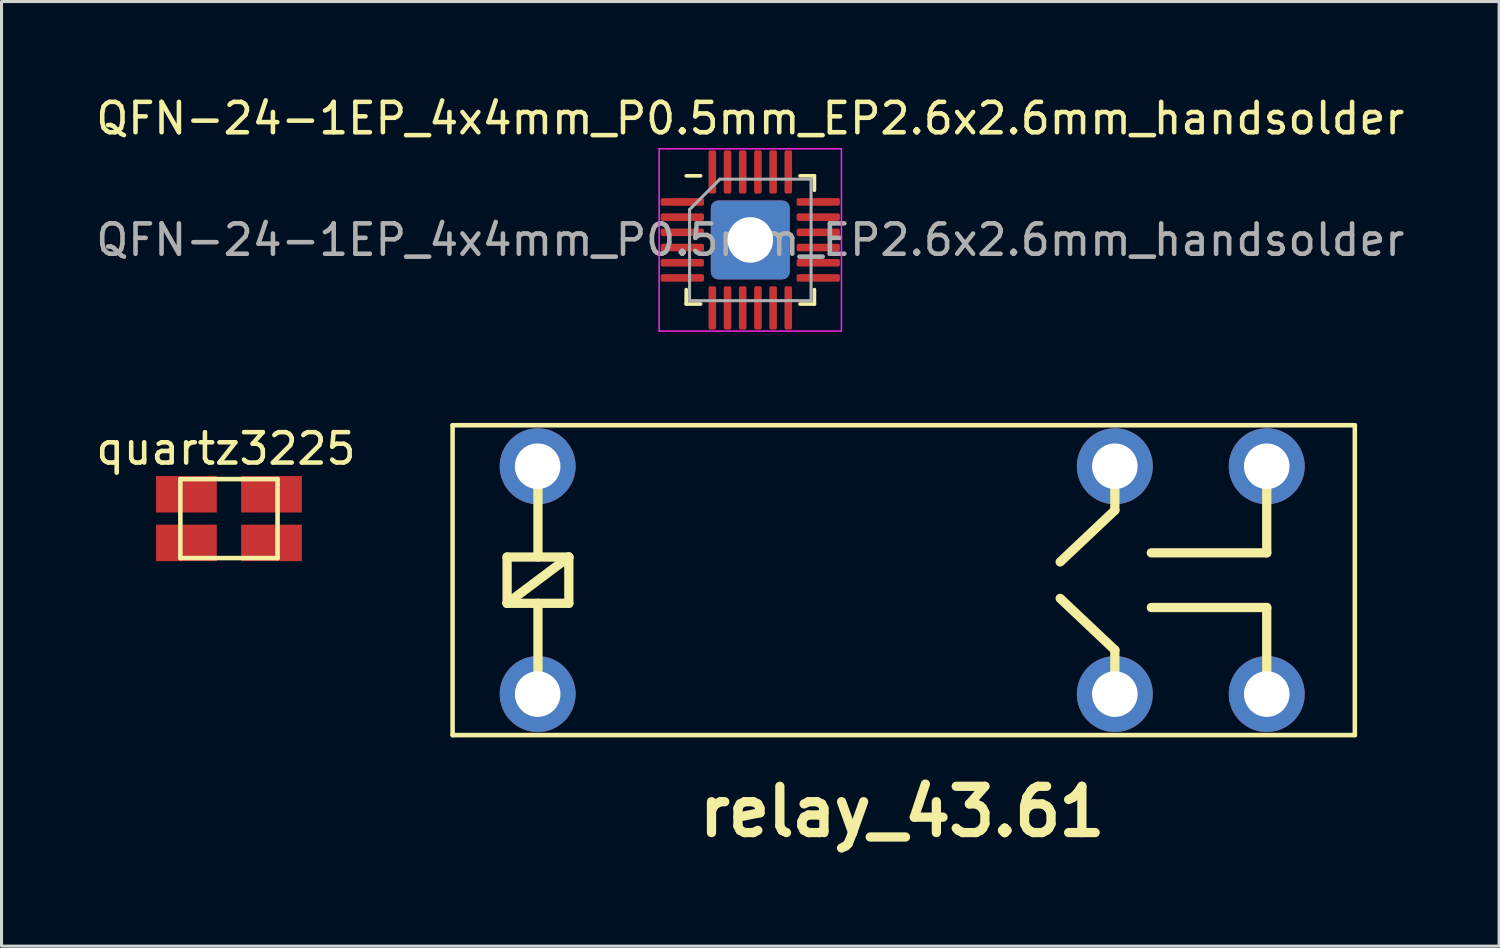
<source format=kicad_pcb>
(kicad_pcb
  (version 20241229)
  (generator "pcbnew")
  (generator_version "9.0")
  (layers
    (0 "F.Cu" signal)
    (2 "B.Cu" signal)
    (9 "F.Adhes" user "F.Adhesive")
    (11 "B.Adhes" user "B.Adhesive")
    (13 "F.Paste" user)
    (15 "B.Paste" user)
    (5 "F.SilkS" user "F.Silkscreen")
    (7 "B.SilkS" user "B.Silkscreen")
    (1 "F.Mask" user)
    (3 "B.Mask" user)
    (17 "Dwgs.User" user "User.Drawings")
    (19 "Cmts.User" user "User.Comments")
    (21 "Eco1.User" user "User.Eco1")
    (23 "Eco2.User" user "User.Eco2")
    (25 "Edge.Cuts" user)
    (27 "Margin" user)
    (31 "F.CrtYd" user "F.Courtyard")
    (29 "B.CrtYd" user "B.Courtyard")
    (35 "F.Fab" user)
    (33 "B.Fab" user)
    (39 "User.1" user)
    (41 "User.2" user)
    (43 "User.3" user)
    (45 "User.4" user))
  (footprint "quartz3225"
    (layer "F.Cu")
    (at 4.487 14.021)
    (property "Reference" "quartz3225" (at -0.1 -2.3 0) (layer "F.SilkS") (effects (font (size 1 1) (thickness 0.15))))
    (attr through_hole)
    (fp_line (start -1.6 -1.3) (end 1.6 -1.3) (stroke (width 0.15) (type solid)) (layer "F.SilkS"))
    (fp_line (start -1.6 1.3) (end -1.6 -1.3) (stroke (width 0.15) (type solid)) (layer "F.SilkS"))
    (fp_line (start 1.6 -1.3) (end 1.6 1.3) (stroke (width 0.15) (type solid)) (layer "F.SilkS"))
    (fp_line (start 1.6 1.3) (end -1.6 1.3) (stroke (width 0.15) (type solid)) (layer "F.SilkS"))
    (pad "1" smd rect (at -1.4 0.8) (size 2 1.2) (layers "F.Cu" "F.Mask" "F.Paste"))
    (pad "2" smd rect (at 1.4 0.8) (size 2 1.2) (layers "F.Cu" "F.Mask" "F.Paste"))
    (pad "3" smd rect (at 1.4 -0.8) (size 2 1.2) (layers "F.Cu" "F.Mask" "F.Paste"))
    (pad "4" smd rect (at -1.4 -0.8) (size 2 1.2) (layers "F.Cu" "F.Mask" "F.Paste")))
  (footprint "relay_43.61"
    (layer "F.Cu")
    (at 26.649 16.048)
    (property "Reference" "relay_43.61" (at 0 7.62 0) (layer "F.SilkS") (effects (font (size 1.524 1.524) (thickness 0.305))))
    (attr through_hole)
    (fp_line (start -14.8 -5.1) (end 14.9 -5.1) (stroke (width 0.15) (type solid)) (layer "F.SilkS"))
    (fp_line (start -14.8 5.1) (end -14.8 -5.1) (stroke (width 0.15) (type solid)) (layer "F.SilkS"))
    (fp_line (start -13.006 -0.762) (end -10.974 -0.762) (stroke (width 0.305) (type solid)) (layer "F.SilkS"))
    (fp_line (start -13.006 0.762) (end -13.006 -0.762) (stroke (width 0.305) (type solid)) (layer "F.SilkS"))
    (fp_line (start -13.006 0.762) (end -10.974 -0.762) (stroke (width 0.305) (type solid)) (layer "F.SilkS"))
    (fp_line (start -11.99 -3.81) (end -11.99 -0.762) (stroke (width 0.305) (type solid)) (layer "F.SilkS"))
    (fp_line (start -11.99 3.81) (end -11.99 0.762) (stroke (width 0.305) (type solid)) (layer "F.SilkS"))
    (fp_line (start -10.974 -0.762) (end -10.974 0.762) (stroke (width 0.305) (type solid)) (layer "F.SilkS"))
    (fp_line (start -10.974 0.762) (end -13.006 0.762) (stroke (width 0.305) (type solid)) (layer "F.SilkS"))
    (fp_line (start 7 -3.7) (end 7 -2.3) (stroke (width 0.305) (type solid)) (layer "F.SilkS"))
    (fp_line (start 7 -2.3) (end 5.2 -0.6) (stroke (width 0.305) (type solid)) (layer "F.SilkS"))
    (fp_line (start 7 2.3) (end 5.2 0.6) (stroke (width 0.305) (type solid)) (layer "F.SilkS"))
    (fp_line (start 7 3.7) (end 7 2.3) (stroke (width 0.305) (type solid)) (layer "F.SilkS"))
    (fp_line (start 8.2 -0.9) (end 12 -0.9) (stroke (width 0.305) (type solid)) (layer "F.SilkS"))
    (fp_line (start 8.2 0.9) (end 12 0.9) (stroke (width 0.305) (type solid)) (layer "F.SilkS"))
    (fp_line (start 12 -3.7) (end 12 -0.9) (stroke (width 0.305) (type solid)) (layer "F.SilkS"))
    (fp_line (start 12 3.7) (end 12 0.9) (stroke (width 0.305) (type solid)) (layer "F.SilkS"))
    (fp_line (start 14.9 -5.1) (end 14.9 5.1) (stroke (width 0.15) (type solid)) (layer "F.SilkS"))
    (fp_line (start 14.9 5.1) (end -14.8 5.1) (stroke (width 0.15) (type solid)) (layer "F.SilkS"))
    (pad "1" thru_hole circle (at -12 3.75) (size 2.5 2.5) (drill 1.5) (layers "*.Cu" "*.Mask"))
    (pad "2" thru_hole circle (at -12 -3.75) (size 2.5 2.5) (drill 1.5) (layers "*.Cu" "*.Mask"))
    (pad "11" thru_hole circle (at 7 -3.75) (size 2.5 2.5) (drill 1.5) (layers "*.Cu" "*.Mask"))
    (pad "11" thru_hole circle (at 7 3.75) (size 2.5 2.5) (drill 1.5) (layers "*.Cu" "*.Mask"))
    (pad "14" thru_hole circle (at 12 -3.75) (size 2.5 2.5) (drill 1.5) (layers "*.Cu" "*.Mask"))
    (pad "14" thru_hole circle (at 12 3.75) (size 2.5 2.5) (drill 1.5) (layers "*.Cu" "*.Mask")))
  (footprint "QFN-24-1EP_4x4mm_P0.5mm_EP2.6x2.6mm_handsolder"
    (layer "F.Cu")
    (at 21.649 4.848)
    (property "Reference" "QFN-24-1EP_4x4mm_P0.5mm_EP2.6x2.6mm_handsolder" (at 0 -4 0) (layer "F.SilkS") (effects (font (size 1 1) (thickness 0.15))))
    (attr smd)
    (fp_line (start -2.11 2.11) (end -2.11 1.635) (stroke (width 0.12) (type solid)) (layer "F.SilkS"))
    (fp_line (start -1.635 -2.11) (end -2.11 -2.11) (stroke (width 0.12) (type solid)) (layer "F.SilkS"))
    (fp_line (start -1.635 2.11) (end -2.11 2.11) (stroke (width 0.12) (type solid)) (layer "F.SilkS"))
    (fp_line (start 1.635 -2.11) (end 2.11 -2.11) (stroke (width 0.12) (type solid)) (layer "F.SilkS"))
    (fp_line (start 1.635 2.11) (end 2.11 2.11) (stroke (width 0.12) (type solid)) (layer "F.SilkS"))
    (fp_line (start 2.11 -2.11) (end 2.11 -1.635) (stroke (width 0.12) (type solid)) (layer "F.SilkS"))
    (fp_line (start 2.11 2.11) (end 2.11 1.635) (stroke (width 0.12) (type solid)) (layer "F.SilkS"))
    (fp_line (start -3 -3) (end -3 3) (stroke (width 0.05) (type solid)) (layer "F.CrtYd"))
    (fp_line (start -3 3) (end 3 3) (stroke (width 0.05) (type solid)) (layer "F.CrtYd"))
    (fp_line (start 3 -3) (end -3 -3) (stroke (width 0.05) (type solid)) (layer "F.CrtYd"))
    (fp_line (start 3 3) (end 3 -3) (stroke (width 0.05) (type solid)) (layer "F.CrtYd"))
    (fp_line (start -2 -1) (end -1 -2) (stroke (width 0.1) (type solid)) (layer "F.Fab"))
    (fp_line (start -2 2) (end -2 -1) (stroke (width 0.1) (type solid)) (layer "F.Fab"))
    (fp_line (start -1 -2) (end 2 -2) (stroke (width 0.1) (type solid)) (layer "F.Fab"))
    (fp_line (start 2 -2) (end 2 2) (stroke (width 0.1) (type solid)) (layer "F.Fab"))
    (fp_line (start 2 2) (end -2 2) (stroke (width 0.1) (type solid)) (layer "F.Fab"))
    (fp_text user "${REFERENCE}" (at 0 0 0) (layer "F.Fab") (effects (font (size 1 1) (thickness 0.15))))
    (pad "" smd roundrect (at -0.65 -0.65) (size 1.05 1.05) (layers "F.Paste") (roundrect_rratio 0.238))
    (pad "" smd roundrect (at -0.65 0.65) (size 1.05 1.05) (layers "F.Paste") (roundrect_rratio 0.238))
    (pad "" smd roundrect (at 0.65 -0.65) (size 1.05 1.05) (layers "F.Paste") (roundrect_rratio 0.238))
    (pad "" smd roundrect (at 0.65 0.65) (size 1.05 1.05) (layers "F.Paste") (roundrect_rratio 0.238))
    (pad "1" smd roundrect (at -2.237 -1.25) (size 1.425 0.25) (layers "F.Cu" "F.Mask" "F.Paste") (roundrect_rratio 0.25))
    (pad "2" smd roundrect (at -2.237 -0.75) (size 1.425 0.25) (layers "F.Cu" "F.Mask" "F.Paste") (roundrect_rratio 0.25))
    (pad "3" smd roundrect (at -2.237 -0.25) (size 1.425 0.25) (layers "F.Cu" "F.Mask" "F.Paste") (roundrect_rratio 0.25))
    (pad "4" smd roundrect (at -2.237 0.25) (size 1.425 0.25) (layers "F.Cu" "F.Mask" "F.Paste") (roundrect_rratio 0.25))
    (pad "5" smd roundrect (at -2.237 0.75) (size 1.425 0.25) (layers "F.Cu" "F.Mask" "F.Paste") (roundrect_rratio 0.25))
    (pad "6" smd roundrect (at -2.237 1.25) (size 1.425 0.25) (layers "F.Cu" "F.Mask" "F.Paste") (roundrect_rratio 0.25))
    (pad "7" smd roundrect (at -1.25 2.237) (size 0.25 1.425) (layers "F.Cu" "F.Mask" "F.Paste") (roundrect_rratio 0.25))
    (pad "8" smd roundrect (at -0.75 2.237) (size 0.25 1.425) (layers "F.Cu" "F.Mask" "F.Paste") (roundrect_rratio 0.25))
    (pad "9" smd roundrect (at -0.25 2.237) (size 0.25 1.425) (layers "F.Cu" "F.Mask" "F.Paste") (roundrect_rratio 0.25))
    (pad "10" smd roundrect (at 0.25 2.237) (size 0.25 1.425) (layers "F.Cu" "F.Mask" "F.Paste") (roundrect_rratio 0.25))
    (pad "11" smd roundrect (at 0.75 2.237) (size 0.25 1.425) (layers "F.Cu" "F.Mask" "F.Paste") (roundrect_rratio 0.25))
    (pad "12" smd roundrect (at 1.25 2.237) (size 0.25 1.425) (layers "F.Cu" "F.Mask" "F.Paste") (roundrect_rratio 0.25))
    (pad "13" smd roundrect (at 2.237 1.25) (size 1.425 0.25) (layers "F.Cu" "F.Mask" "F.Paste") (roundrect_rratio 0.25))
    (pad "14" smd roundrect (at 2.237 0.75) (size 1.425 0.25) (layers "F.Cu" "F.Mask" "F.Paste") (roundrect_rratio 0.25))
    (pad "15" smd roundrect (at 2.237 0.25) (size 1.425 0.25) (layers "F.Cu" "F.Mask" "F.Paste") (roundrect_rratio 0.25))
    (pad "16" smd roundrect (at 2.237 -0.25) (size 1.425 0.25) (layers "F.Cu" "F.Mask" "F.Paste") (roundrect_rratio 0.25))
    (pad "17" smd roundrect (at 2.237 -0.75) (size 1.425 0.25) (layers "F.Cu" "F.Mask" "F.Paste") (roundrect_rratio 0.25))
    (pad "18" smd roundrect (at 2.237 -1.25) (size 1.425 0.25) (layers "F.Cu" "F.Mask" "F.Paste") (roundrect_rratio 0.25))
    (pad "19" smd roundrect (at 1.25 -2.237) (size 0.25 1.425) (layers "F.Cu" "F.Mask" "F.Paste") (roundrect_rratio 0.25))
    (pad "20" smd roundrect (at 0.75 -2.237) (size 0.25 1.425) (layers "F.Cu" "F.Mask" "F.Paste") (roundrect_rratio 0.25))
    (pad "21" smd roundrect (at 0.25 -2.237) (size 0.25 1.425) (layers "F.Cu" "F.Mask" "F.Paste") (roundrect_rratio 0.25))
    (pad "22" smd roundrect (at -0.25 -2.237) (size 0.25 1.425) (layers "F.Cu" "F.Mask" "F.Paste") (roundrect_rratio 0.25))
    (pad "23" smd roundrect (at -0.75 -2.237) (size 0.25 1.425) (layers "F.Cu" "F.Mask" "F.Paste") (roundrect_rratio 0.25))
    (pad "24" smd roundrect (at -1.25 -2.237) (size 0.25 1.425) (layers "F.Cu" "F.Mask" "F.Paste") (roundrect_rratio 0.25))
    (pad "25" thru_hole roundrect (at 0 0) (size 2.6 2.6) (drill 1.5) (layers "*.Cu" "*.Mask") (roundrect_rratio 0.096)))
  (gr_rect
    (start -3 -3)
    (end 46.298 28.095)
    (stroke (width 0.1) (type default))
    (fill no)
    (layer "Edge.Cuts")))
</source>
